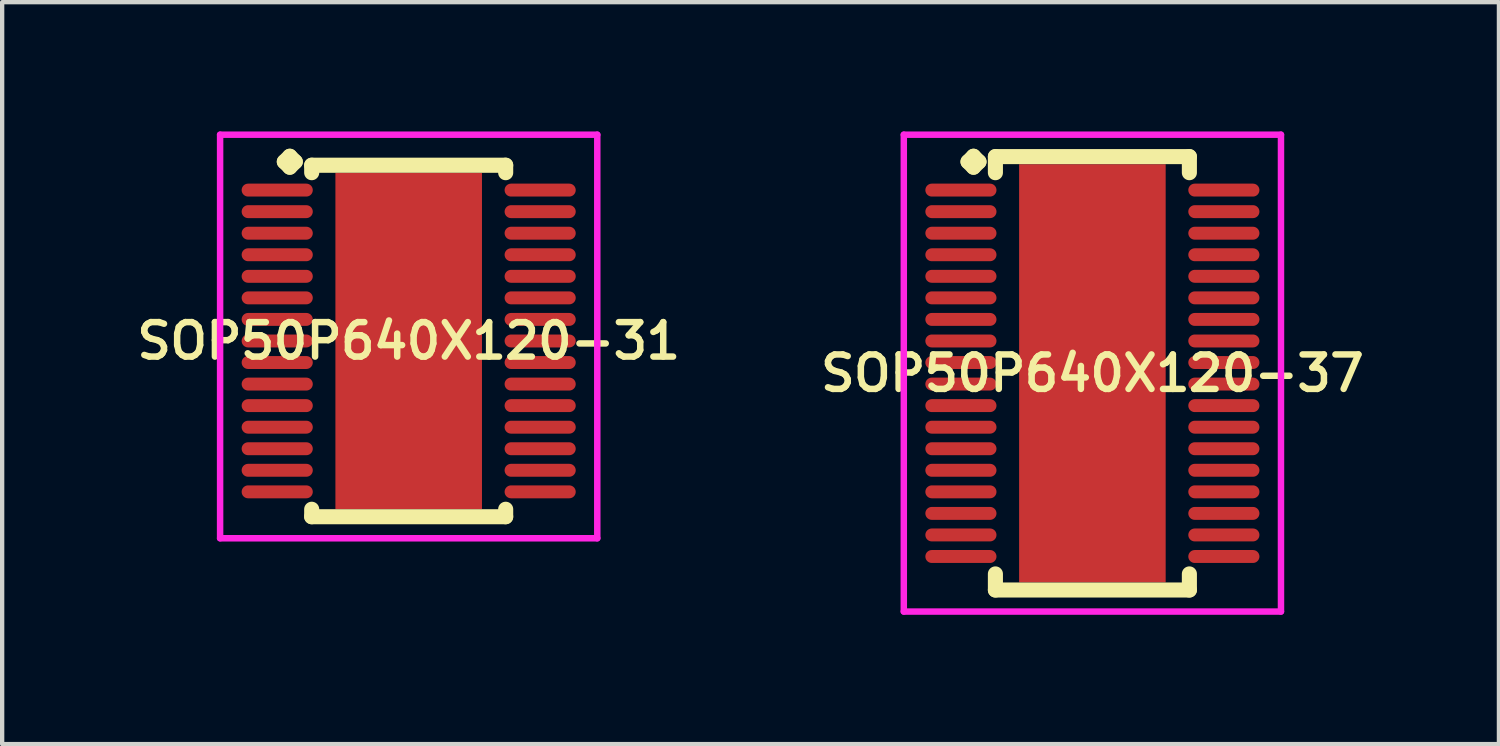
<source format=kicad_pcb>
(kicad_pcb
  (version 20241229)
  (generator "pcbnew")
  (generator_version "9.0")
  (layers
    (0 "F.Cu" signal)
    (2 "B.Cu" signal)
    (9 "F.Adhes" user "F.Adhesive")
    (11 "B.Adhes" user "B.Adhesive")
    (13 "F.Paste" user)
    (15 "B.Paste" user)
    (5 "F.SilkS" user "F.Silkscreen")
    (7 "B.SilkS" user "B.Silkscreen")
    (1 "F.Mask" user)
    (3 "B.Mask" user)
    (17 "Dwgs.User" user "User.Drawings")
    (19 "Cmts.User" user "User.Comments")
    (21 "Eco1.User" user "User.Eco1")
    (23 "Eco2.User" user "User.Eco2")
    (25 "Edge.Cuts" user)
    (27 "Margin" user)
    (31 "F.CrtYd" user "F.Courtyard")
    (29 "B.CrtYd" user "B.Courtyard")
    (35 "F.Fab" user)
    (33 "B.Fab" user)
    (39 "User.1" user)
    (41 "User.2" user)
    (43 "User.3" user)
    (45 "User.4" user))
  (footprint "SOP50P640X120-31"
    (layer "F.Cu")
    (at 6.431 4.86)
    (property "Reference" "SOP50P640X120-31" (at 0 0 0) (layer "F.SilkS") (effects (font (size 0.8 0.8) (thickness 0.15))))
    (attr through_hole)
    (fp_line (start -2.885 -4.158) (end -2.758 -4.285) (stroke (width 0.35) (type solid)) (layer "F.SilkS"))
    (fp_line (start -2.758 -4.285) (end -2.631 -4.158) (stroke (width 0.35) (type solid)) (layer "F.SilkS"))
    (fp_line (start -2.758 -4.031) (end -2.885 -4.158) (stroke (width 0.35) (type solid)) (layer "F.SilkS"))
    (fp_line (start -2.631 -4.158) (end -2.758 -4.031) (stroke (width 0.35) (type solid)) (layer "F.SilkS"))
    (fp_line (start -2.25 -4.077) (end 2.25 -4.077) (stroke (width 0.35) (type solid)) (layer "F.SilkS"))
    (fp_line (start -2.25 -3.904) (end -2.25 -4.077) (stroke (width 0.35) (type solid)) (layer "F.SilkS"))
    (fp_line (start -2.25 3.904) (end -2.25 4.077) (stroke (width 0.35) (type solid)) (layer "F.SilkS"))
    (fp_line (start -2.25 4.077) (end 2.25 4.077) (stroke (width 0.35) (type solid)) (layer "F.SilkS"))
    (fp_line (start 2.25 -4.077) (end 2.25 -3.904) (stroke (width 0.35) (type solid)) (layer "F.SilkS"))
    (fp_line (start 2.25 4.077) (end 2.25 3.904) (stroke (width 0.35) (type solid)) (layer "F.SilkS"))
    (fp_line (start -4.375 -4.785) (end 4.375 -4.785) (stroke (width 0.15) (type solid)) (layer "F.CrtYd"))
    (fp_line (start -4.375 4.577) (end -4.375 -4.785) (stroke (width 0.15) (type solid)) (layer "F.CrtYd"))
    (fp_line (start 4.375 -4.785) (end 4.375 4.577) (stroke (width 0.15) (type solid)) (layer "F.CrtYd"))
    (fp_line (start 4.375 4.577) (end -4.375 4.577) (stroke (width 0.15) (type solid)) (layer "F.CrtYd"))
    (pad "1" smd oval (at -3.05 -3.5) (size 1.65 0.3) (layers "F.Cu" "F.Mask" "F.Paste"))
    (pad "2" smd oval (at -3.05 -3) (size 1.65 0.3) (layers "F.Cu" "F.Mask" "F.Paste"))
    (pad "3" smd oval (at -3.05 -2.5) (size 1.65 0.3) (layers "F.Cu" "F.Mask" "F.Paste"))
    (pad "4" smd oval (at -3.05 -2) (size 1.65 0.3) (layers "F.Cu" "F.Mask" "F.Paste"))
    (pad "5" smd oval (at -3.05 -1.5) (size 1.65 0.3) (layers "F.Cu" "F.Mask" "F.Paste"))
    (pad "6" smd oval (at -3.05 -1) (size 1.65 0.3) (layers "F.Cu" "F.Mask" "F.Paste"))
    (pad "7" smd oval (at -3.05 -0.5) (size 1.65 0.3) (layers "F.Cu" "F.Mask" "F.Paste"))
    (pad "8" smd oval (at -3.05 0) (size 1.65 0.3) (layers "F.Cu" "F.Mask" "F.Paste"))
    (pad "9" smd oval (at -3.05 0.5) (size 1.65 0.3) (layers "F.Cu" "F.Mask" "F.Paste"))
    (pad "10" smd oval (at -3.05 1) (size 1.65 0.3) (layers "F.Cu" "F.Mask" "F.Paste"))
    (pad "11" smd oval (at -3.05 1.5) (size 1.65 0.3) (layers "F.Cu" "F.Mask" "F.Paste"))
    (pad "12" smd oval (at -3.05 2) (size 1.65 0.3) (layers "F.Cu" "F.Mask" "F.Paste"))
    (pad "13" smd oval (at -3.05 2.5) (size 1.65 0.3) (layers "F.Cu" "F.Mask" "F.Paste"))
    (pad "14" smd oval (at -3.05 3) (size 1.65 0.3) (layers "F.Cu" "F.Mask" "F.Paste"))
    (pad "15" smd oval (at -3.05 3.5) (size 1.65 0.3) (layers "F.Cu" "F.Mask" "F.Paste"))
    (pad "16" smd oval (at 3.05 3.5) (size 1.65 0.3) (layers "F.Cu" "F.Mask" "F.Paste"))
    (pad "17" smd oval (at 3.05 3) (size 1.65 0.3) (layers "F.Cu" "F.Mask" "F.Paste"))
    (pad "18" smd oval (at 3.05 2.5) (size 1.65 0.3) (layers "F.Cu" "F.Mask" "F.Paste"))
    (pad "19" smd oval (at 3.05 2) (size 1.65 0.3) (layers "F.Cu" "F.Mask" "F.Paste"))
    (pad "20" smd oval (at 3.05 1.5) (size 1.65 0.3) (layers "F.Cu" "F.Mask" "F.Paste"))
    (pad "21" smd oval (at 3.05 1) (size 1.65 0.3) (layers "F.Cu" "F.Mask" "F.Paste"))
    (pad "22" smd oval (at 3.05 0.5) (size 1.65 0.3) (layers "F.Cu" "F.Mask" "F.Paste"))
    (pad "23" smd oval (at 3.05 0) (size 1.65 0.3) (layers "F.Cu" "F.Mask" "F.Paste"))
    (pad "24" smd oval (at 3.05 -0.5) (size 1.65 0.3) (layers "F.Cu" "F.Mask" "F.Paste"))
    (pad "25" smd oval (at 3.05 -1) (size 1.65 0.3) (layers "F.Cu" "F.Mask" "F.Paste"))
    (pad "26" smd oval (at 3.05 -1.5) (size 1.65 0.3) (layers "F.Cu" "F.Mask" "F.Paste"))
    (pad "27" smd oval (at 3.05 -2) (size 1.65 0.3) (layers "F.Cu" "F.Mask" "F.Paste"))
    (pad "28" smd oval (at 3.05 -2.5) (size 1.65 0.3) (layers "F.Cu" "F.Mask" "F.Paste"))
    (pad "29" smd oval (at 3.05 -3) (size 1.65 0.3) (layers "F.Cu" "F.Mask" "F.Paste"))
    (pad "30" smd oval (at 3.05 -3.5) (size 1.65 0.3) (layers "F.Cu" "F.Mask" "F.Paste"))
    (pad "31" smd rect (at 0 0) (size 3.4 7.8) (layers "F.Cu" "F.Mask" "F.Paste")))
  (footprint "SOP50P640X120-37"
    (layer "F.Cu")
    (at 22.292 5.61)
    (property "Reference" "SOP50P640X120-37" (at 0 0 0) (layer "F.SilkS") (effects (font (size 0.8 0.8) (thickness 0.15))))
    (attr smd)
    (fp_line (start -2.885 -4.908) (end -2.758 -5.035) (stroke (width 0.35) (type solid)) (layer "F.SilkS"))
    (fp_line (start -2.758 -5.035) (end -2.631 -4.908) (stroke (width 0.35) (type solid)) (layer "F.SilkS"))
    (fp_line (start -2.758 -4.781) (end -2.885 -4.908) (stroke (width 0.35) (type solid)) (layer "F.SilkS"))
    (fp_line (start -2.631 -4.908) (end -2.758 -4.781) (stroke (width 0.35) (type solid)) (layer "F.SilkS"))
    (fp_line (start -2.25 -5.027) (end 2.25 -5.027) (stroke (width 0.35) (type solid)) (layer "F.SilkS"))
    (fp_line (start -2.25 -4.654) (end -2.25 -5.027) (stroke (width 0.35) (type solid)) (layer "F.SilkS"))
    (fp_line (start -2.25 4.654) (end -2.25 5.027) (stroke (width 0.35) (type solid)) (layer "F.SilkS"))
    (fp_line (start -2.25 5.027) (end 2.25 5.027) (stroke (width 0.35) (type solid)) (layer "F.SilkS"))
    (fp_line (start 2.25 -5.027) (end 2.25 -4.654) (stroke (width 0.35) (type solid)) (layer "F.SilkS"))
    (fp_line (start 2.25 5.027) (end 2.25 4.654) (stroke (width 0.35) (type solid)) (layer "F.SilkS"))
    (fp_line (start -4.375 -5.535) (end 4.375 -5.535) (stroke (width 0.15) (type solid)) (layer "F.CrtYd"))
    (fp_line (start -4.375 5.527) (end -4.375 -5.535) (stroke (width 0.15) (type solid)) (layer "F.CrtYd"))
    (fp_line (start 4.375 -5.535) (end 4.375 5.527) (stroke (width 0.15) (type solid)) (layer "F.CrtYd"))
    (fp_line (start 4.375 5.527) (end -4.375 5.527) (stroke (width 0.15) (type solid)) (layer "F.CrtYd"))
    (pad "1" smd oval (at -3.05 -4.25) (size 1.65 0.3) (layers "F.Cu" "F.Mask" "F.Paste"))
    (pad "2" smd oval (at -3.05 -3.75) (size 1.65 0.3) (layers "F.Cu" "F.Mask" "F.Paste"))
    (pad "3" smd oval (at -3.05 -3.25) (size 1.65 0.3) (layers "F.Cu" "F.Mask" "F.Paste"))
    (pad "4" smd oval (at -3.05 -2.75) (size 1.65 0.3) (layers "F.Cu" "F.Mask" "F.Paste"))
    (pad "5" smd oval (at -3.05 -2.25) (size 1.65 0.3) (layers "F.Cu" "F.Mask" "F.Paste"))
    (pad "6" smd oval (at -3.05 -1.75) (size 1.65 0.3) (layers "F.Cu" "F.Mask" "F.Paste"))
    (pad "7" smd oval (at -3.05 -1.25) (size 1.65 0.3) (layers "F.Cu" "F.Mask" "F.Paste"))
    (pad "8" smd oval (at -3.05 -0.75) (size 1.65 0.3) (layers "F.Cu" "F.Mask" "F.Paste"))
    (pad "9" smd oval (at -3.05 -0.25) (size 1.65 0.3) (layers "F.Cu" "F.Mask" "F.Paste"))
    (pad "10" smd oval (at -3.05 0.25) (size 1.65 0.3) (layers "F.Cu" "F.Mask" "F.Paste"))
    (pad "11" smd oval (at -3.05 0.75) (size 1.65 0.3) (layers "F.Cu" "F.Mask" "F.Paste"))
    (pad "12" smd oval (at -3.05 1.25) (size 1.65 0.3) (layers "F.Cu" "F.Mask" "F.Paste"))
    (pad "13" smd oval (at -3.05 1.75) (size 1.65 0.3) (layers "F.Cu" "F.Mask" "F.Paste"))
    (pad "14" smd oval (at -3.05 2.25) (size 1.65 0.3) (layers "F.Cu" "F.Mask" "F.Paste"))
    (pad "15" smd oval (at -3.05 2.75) (size 1.65 0.3) (layers "F.Cu" "F.Mask" "F.Paste"))
    (pad "16" smd oval (at -3.05 3.25) (size 1.65 0.3) (layers "F.Cu" "F.Mask" "F.Paste"))
    (pad "17" smd oval (at -3.05 3.75) (size 1.65 0.3) (layers "F.Cu" "F.Mask" "F.Paste"))
    (pad "18" smd oval (at -3.05 4.25) (size 1.65 0.3) (layers "F.Cu" "F.Mask" "F.Paste"))
    (pad "19" smd oval (at 3.05 4.25) (size 1.65 0.3) (layers "F.Cu" "F.Mask" "F.Paste"))
    (pad "20" smd oval (at 3.05 3.75) (size 1.65 0.3) (layers "F.Cu" "F.Mask" "F.Paste"))
    (pad "21" smd oval (at 3.05 3.25) (size 1.65 0.3) (layers "F.Cu" "F.Mask" "F.Paste"))
    (pad "22" smd oval (at 3.05 2.75) (size 1.65 0.3) (layers "F.Cu" "F.Mask" "F.Paste"))
    (pad "23" smd oval (at 3.05 2.25) (size 1.65 0.3) (layers "F.Cu" "F.Mask" "F.Paste"))
    (pad "24" smd oval (at 3.05 1.75) (size 1.65 0.3) (layers "F.Cu" "F.Mask" "F.Paste"))
    (pad "25" smd oval (at 3.05 1.25) (size 1.65 0.3) (layers "F.Cu" "F.Mask" "F.Paste"))
    (pad "26" smd oval (at 3.05 0.75) (size 1.65 0.3) (layers "F.Cu" "F.Mask" "F.Paste"))
    (pad "27" smd oval (at 3.05 0.25) (size 1.65 0.3) (layers "F.Cu" "F.Mask" "F.Paste"))
    (pad "28" smd oval (at 3.05 -0.25) (size 1.65 0.3) (layers "F.Cu" "F.Mask" "F.Paste"))
    (pad "29" smd oval (at 3.05 -0.75) (size 1.65 0.3) (layers "F.Cu" "F.Mask" "F.Paste"))
    (pad "30" smd oval (at 3.05 -1.25) (size 1.65 0.3) (layers "F.Cu" "F.Mask" "F.Paste"))
    (pad "31" smd oval (at 3.05 -1.75) (size 1.65 0.3) (layers "F.Cu" "F.Mask" "F.Paste"))
    (pad "32" smd oval (at 3.05 -2.25) (size 1.65 0.3) (layers "F.Cu" "F.Mask" "F.Paste"))
    (pad "33" smd oval (at 3.05 -2.75) (size 1.65 0.3) (layers "F.Cu" "F.Mask" "F.Paste"))
    (pad "34" smd oval (at 3.05 -3.25) (size 1.65 0.3) (layers "F.Cu" "F.Mask" "F.Paste"))
    (pad "35" smd oval (at 3.05 -3.75) (size 1.65 0.3) (layers "F.Cu" "F.Mask" "F.Paste"))
    (pad "36" smd oval (at 3.05 -4.25) (size 1.65 0.3) (layers "F.Cu" "F.Mask" "F.Paste"))
    (pad "37" smd rect (at 0 0) (size 3.4 9.7) (layers "F.Cu" "F.Mask" "F.Paste")))
  (gr_rect
    (start -3 -3)
    (end 31.723 14.212)
    (stroke (width 0.1) (type default))
    (fill no)
    (layer "Edge.Cuts")))
</source>
